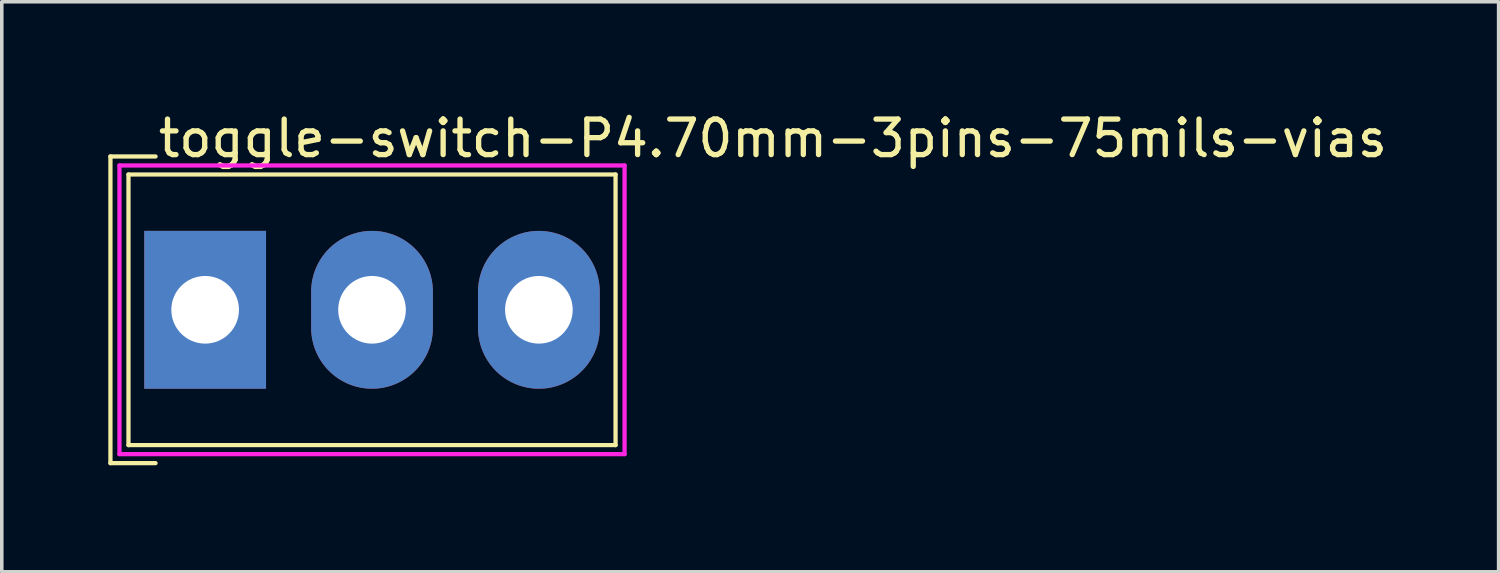
<source format=kicad_pcb>
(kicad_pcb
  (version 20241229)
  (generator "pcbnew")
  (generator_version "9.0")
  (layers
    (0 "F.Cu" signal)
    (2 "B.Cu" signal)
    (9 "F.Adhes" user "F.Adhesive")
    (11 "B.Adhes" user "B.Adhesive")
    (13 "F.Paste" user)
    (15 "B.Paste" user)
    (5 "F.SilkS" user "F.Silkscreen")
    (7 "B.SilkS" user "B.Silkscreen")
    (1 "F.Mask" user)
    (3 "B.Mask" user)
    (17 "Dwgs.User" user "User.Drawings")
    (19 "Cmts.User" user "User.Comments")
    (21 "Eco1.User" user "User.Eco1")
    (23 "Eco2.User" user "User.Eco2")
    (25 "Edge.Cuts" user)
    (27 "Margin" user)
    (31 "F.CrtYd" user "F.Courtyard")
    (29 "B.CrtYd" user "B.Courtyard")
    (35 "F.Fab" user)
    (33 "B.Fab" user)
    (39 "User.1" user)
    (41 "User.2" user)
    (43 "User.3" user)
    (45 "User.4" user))
  (footprint "toggle-switch-P4.70mm-3pins-75mils-vias"
    (layer "F.Cu")
    (at 7.426 5.674)
    (property "Reference" "toggle-switch-P4.70mm-3pins-75mils-vias" (at -6.096 -4.826 0) (layer "F.SilkS") (effects (font (size 1 1) (thickness 0.15)) (justify left)))
    (attr through_hole)
    (fp_line (start -7.366 -4.318) (end -7.366 4.318) (stroke (width 0.12) (type solid)) (layer "F.SilkS"))
    (fp_line (start -7.366 4.318) (end -6.096 4.318) (stroke (width 0.12) (type solid)) (layer "F.SilkS"))
    (fp_line (start -6.858 -3.81) (end -6.858 3.81) (stroke (width 0.12) (type solid)) (layer "F.SilkS"))
    (fp_line (start -6.858 3.81) (end 6.858 3.81) (stroke (width 0.12) (type solid)) (layer "F.SilkS"))
    (fp_line (start -6.096 -4.318) (end -7.366 -4.318) (stroke (width 0.12) (type solid)) (layer "F.SilkS"))
    (fp_line (start 6.858 -3.81) (end -6.858 -3.81) (stroke (width 0.12) (type solid)) (layer "F.SilkS"))
    (fp_line (start 6.858 3.81) (end 6.858 -3.81) (stroke (width 0.12) (type solid)) (layer "F.SilkS"))
    (fp_line (start -7.112 -4.064) (end 7.112 -4.064) (stroke (width 0.12) (type solid)) (layer "F.CrtYd"))
    (fp_line (start -7.112 4.064) (end -7.112 -4.064) (stroke (width 0.12) (type solid)) (layer "F.CrtYd"))
    (fp_line (start 7.112 -4.064) (end 7.112 4.064) (stroke (width 0.12) (type solid)) (layer "F.CrtYd"))
    (fp_line (start 7.112 4.064) (end -7.112 4.064) (stroke (width 0.12) (type solid)) (layer "F.CrtYd"))
    (pad "1" thru_hole rect (at -4.699 0) (size 3.429 4.445) (drill 1.905) (layers "*.Cu" "*.Mask"))
    (pad "2" thru_hole oval (at 0 0) (size 3.429 4.445) (drill 1.905) (layers "*.Cu" "*.Mask"))
    (pad "3" thru_hole oval (at 4.699 0) (size 3.429 4.445) (drill 1.905) (layers "*.Cu" "*.Mask")))
  (gr_rect
    (start -3 -3)
    (end 39.151 13.052)
    (stroke (width 0.1) (type default))
    (fill no)
    (layer "Edge.Cuts")))
</source>
